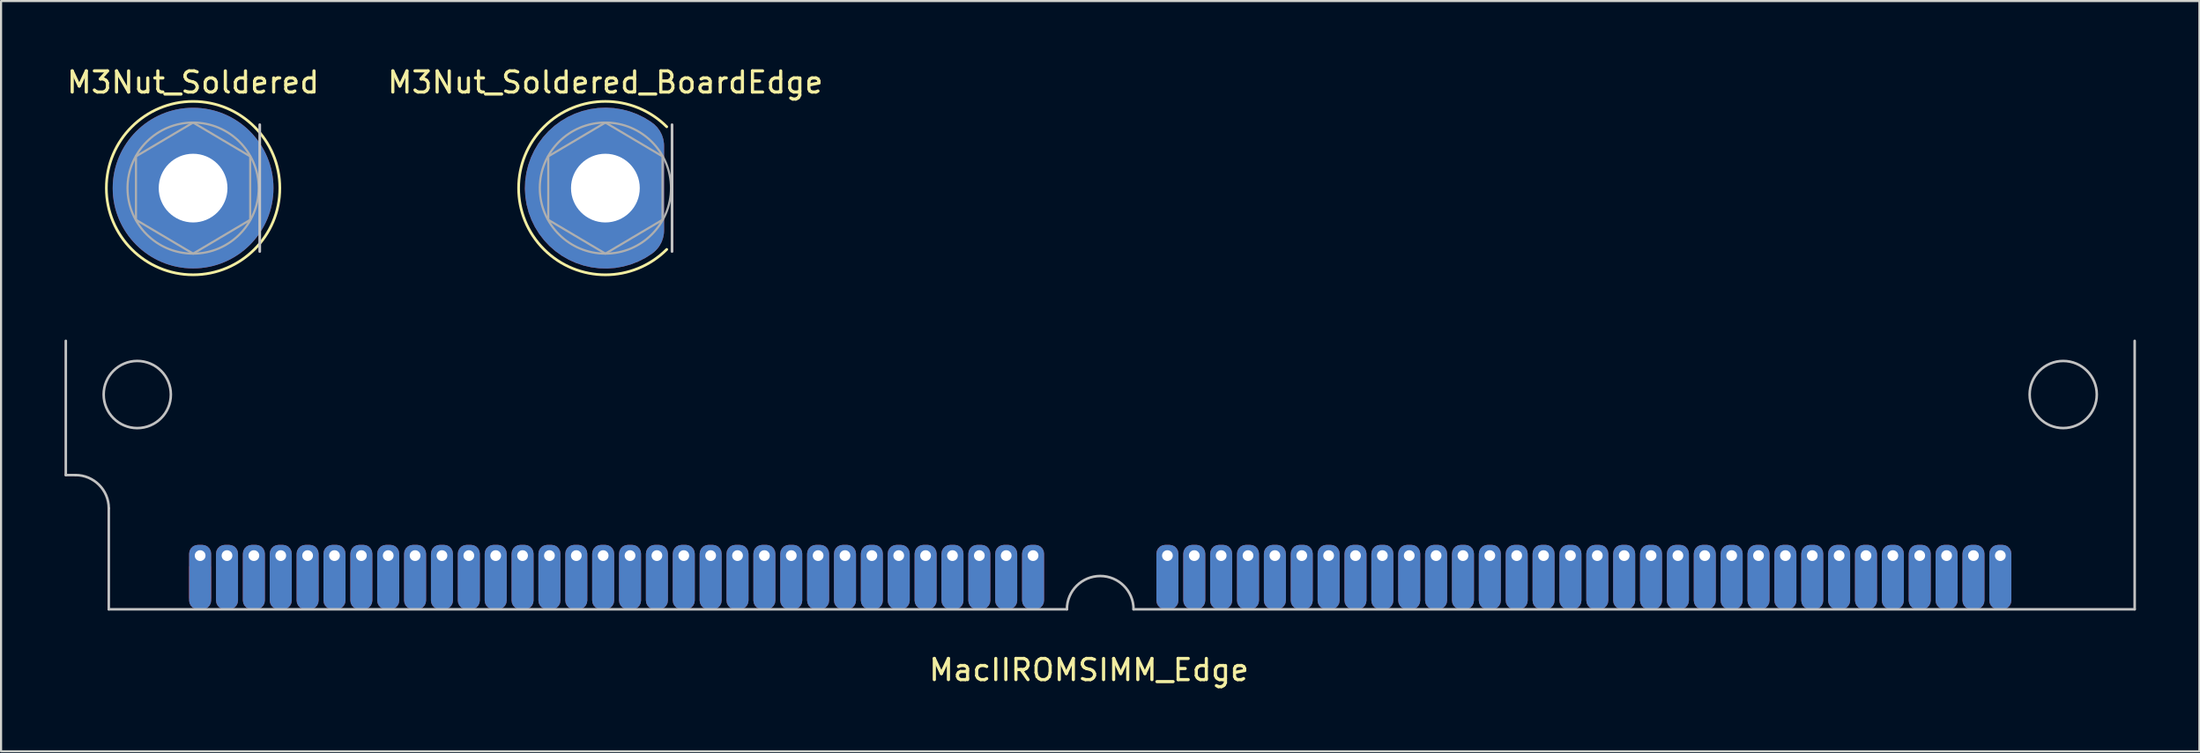
<source format=kicad_pcb>
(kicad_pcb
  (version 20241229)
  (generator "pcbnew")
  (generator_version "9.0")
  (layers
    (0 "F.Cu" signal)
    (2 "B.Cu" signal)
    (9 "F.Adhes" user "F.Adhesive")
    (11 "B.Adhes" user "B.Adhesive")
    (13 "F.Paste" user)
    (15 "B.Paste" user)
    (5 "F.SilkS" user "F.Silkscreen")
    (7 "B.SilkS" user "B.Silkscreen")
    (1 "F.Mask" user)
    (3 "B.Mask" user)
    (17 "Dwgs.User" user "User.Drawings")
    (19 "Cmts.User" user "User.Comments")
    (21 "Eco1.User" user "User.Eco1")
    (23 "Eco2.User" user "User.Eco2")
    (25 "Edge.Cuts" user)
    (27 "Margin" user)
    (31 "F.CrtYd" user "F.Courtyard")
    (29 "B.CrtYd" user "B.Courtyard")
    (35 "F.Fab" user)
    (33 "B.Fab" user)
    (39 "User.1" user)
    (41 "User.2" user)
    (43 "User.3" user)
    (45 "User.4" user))
  (footprint "M3Nut_Soldered"
    (layer "F.Cu")
    (at 6.077 5.848)
    (property "Reference" "M3Nut_Soldered" (at 0 -5 0) (layer "F.SilkS") (effects (font (size 1 1) (thickness 0.15))))
    (attr through_hole)
    (fp_circle (center 0 0) (end 0.812 0) (stroke (width 1.675) (type solid)) (fill no) (layer "F.Mask"))
    (fp_circle (center 0 0) (end 3.05 0) (stroke (width 1.3) (type solid)) (fill no) (layer "F.Mask"))
    (fp_circle (center 0 0) (end 0.812 0) (stroke (width 1.675) (type solid)) (fill no) (layer "B.Mask"))
    (fp_circle (center 0 0) (end 4.1 0) (stroke (width 0.127) (type solid)) (fill no) (layer "F.SilkS"))
    (fp_line (start 3.15 -3) (end 3.15 3) (stroke (width 0.127) (type solid)) (layer "Dwgs.User"))
    (fp_line (start -2.7 -1.5) (end 0 -3.1) (stroke (width 0.1) (type solid)) (layer "F.Fab"))
    (fp_line (start -2.7 1.5) (end -2.7 -1.5) (stroke (width 0.1) (type solid)) (layer "F.Fab"))
    (fp_line (start 0 -3.1) (end 2.7 -1.5) (stroke (width 0.1) (type solid)) (layer "F.Fab"))
    (fp_line (start 0 3.1) (end -2.7 1.5) (stroke (width 0.1) (type solid)) (layer "F.Fab"))
    (fp_line (start 2.7 -1.5) (end 2.7 1.5) (stroke (width 0.1) (type solid)) (layer "F.Fab"))
    (fp_line (start 2.7 1.5) (end 0 3.1) (stroke (width 0.1) (type solid)) (layer "F.Fab"))
    (fp_circle (center 0 0) (end 3.1 0) (stroke (width 0.1) (type solid)) (fill no) (layer "F.Fab"))
    (pad "1" thru_hole circle (at 0 0) (size 7.6 7.6) (drill 3.25) (layers "*.Cu" "B.Mask")))
  (footprint "M3Nut_Soldered_BoardEdge"
    (layer "F.Cu")
    (at 25.565 5.848)
    (property "Reference" "M3Nut_Soldered_BoardEdge" (at 0 -5 0) (layer "F.SilkS") (effects (font (size 1 1) (thickness 0.15))))
    (attr through_hole)
    (fp_arc (start 1.769838 2.522019) (mid -3.081054 0.003196) (end 1.764602 -2.525685) (stroke (width 1.3) (type solid)) (layer "F.Mask"))
    (fp_circle (center 0 0) (end 0.812 0) (stroke (width 1.675) (type solid)) (fill no) (layer "F.Mask"))
    (fp_circle (center 0 0) (end 0.812 0) (stroke (width 1.675) (type solid)) (fill no) (layer "B.Mask"))
    (fp_arc (start 2.9 2.9) (mid -4.101219 0) (end 2.9 -2.9) (stroke (width 0.127) (type solid)) (layer "F.SilkS"))
    (fp_line (start 3.15 -3) (end 3.15 3) (stroke (width 0.127) (type solid)) (layer "Dwgs.User"))
    (fp_line (start -2.7 -1.5) (end 0 -3.1) (stroke (width 0.1) (type solid)) (layer "F.Fab"))
    (fp_line (start -2.7 1.5) (end -2.7 -1.5) (stroke (width 0.1) (type solid)) (layer "F.Fab"))
    (fp_line (start 0 -3.1) (end 2.7 -1.5) (stroke (width 0.1) (type solid)) (layer "F.Fab"))
    (fp_line (start 0 3.1) (end -2.7 1.5) (stroke (width 0.1) (type solid)) (layer "F.Fab"))
    (fp_line (start 2.7 -1.5) (end 2.7 1.5) (stroke (width 0.1) (type solid)) (layer "F.Fab"))
    (fp_line (start 2.7 1.5) (end 0 3.1) (stroke (width 0.1) (type solid)) (layer "F.Fab"))
    (fp_circle (center 0 0) (end 3.1 0) (stroke (width 0.1) (type solid)) (fill no) (layer "F.Fab"))
    (pad "1" thru_hole custom (at 0 0) (size 5.3 5.3) (drill 3.25) (layers "*.Cu" "B.Mask") (options (anchor circle)) (primitives (gr_arc (start 1.425 2) (mid -2.455651 0.020139) (end 1.392007 -2.023102) (width 2.7)) (gr_line (start 1.425 2) (end 1.425 -2) (width 2.7)))))
  (footprint "MacIIROMSIMM_Edge"
    (layer "F.Cu")
    (at 48.955 25.773)
    (property "Reference" "MacIIROMSIMM_Edge" (at -0.533 2.87 0) (layer "F.SilkS") (effects (font (size 1 1) (thickness 0.15))))
    (attr through_hole)
    (fp_line (start -48.895 -6.35) (end -48.895 -12.7) (stroke (width 0.12) (type solid)) (layer "Dwgs.User"))
    (fp_line (start -48.438 -6.35) (end -48.895 -6.35) (stroke (width 0.12) (type solid)) (layer "Dwgs.User"))
    (fp_line (start -46.863 0) (end -46.863 -4.775) (stroke (width 0.12) (type solid)) (layer "Dwgs.User"))
    (fp_line (start -1.575 0) (end -46.863 0) (stroke (width 0.12) (type solid)) (layer "Dwgs.User"))
    (fp_line (start 1.575 0) (end 48.895 0) (stroke (width 0.12) (type solid)) (layer "Dwgs.User"))
    (fp_line (start 48.895 -12.7) (end 48.895 0) (stroke (width 0.12) (type solid)) (layer "Dwgs.User"))
    (fp_arc (start -48.4378 -6.35) (mid -47.324248 -5.888752) (end -46.863 -4.7752) (stroke (width 0.12) (type solid)) (layer "Dwgs.User"))
    (fp_arc (start -1.5748 0) (mid 0 -1.5748) (end 1.5748 0) (stroke (width 0.12) (type solid)) (layer "Dwgs.User"))
    (fp_circle (center -45.517 -10.16) (end -43.929 -10.16) (stroke (width 0.12) (type solid)) (fill no) (layer "Dwgs.User"))
    (fp_circle (center 45.517 -10.16) (end 47.104 -10.16) (stroke (width 0.12) (type solid)) (fill no) (layer "Dwgs.User"))
    (pad "1" thru_hole roundrect (at -42.545 -2.54) (size 1.041 3.048) (drill 0.508 (offset 0 1.016)) (layers "*.Cu" "*.Mask") (roundrect_rratio 0.4))
    (pad "1" smd rect (at -42.545 -1.27) (size 1.041 1.524) (layers "F.Cu" "F.Mask" "F.Paste"))
    (pad "2" thru_hole roundrect (at -41.275 -2.54) (size 1.041 3.048) (drill 0.508 (offset 0 1.016)) (layers "*.Cu" "*.Mask") (roundrect_rratio 0.4))
    (pad "3" thru_hole roundrect (at -40.005 -2.54) (size 1.041 3.048) (drill 0.508 (offset 0 1.016)) (layers "*.Cu" "*.Mask") (roundrect_rratio 0.4))
    (pad "4" thru_hole roundrect (at -38.735 -2.54) (size 1.041 3.048) (drill 0.508 (offset 0 1.016)) (layers "*.Cu" "*.Mask") (roundrect_rratio 0.4))
    (pad "5" thru_hole roundrect (at -37.465 -2.54) (size 1.041 3.048) (drill 0.508 (offset 0 1.016)) (layers "*.Cu" "*.Mask") (roundrect_rratio 0.4))
    (pad "6" thru_hole roundrect (at -36.195 -2.54) (size 1.041 3.048) (drill 0.508 (offset 0 1.016)) (layers "*.Cu" "*.Mask") (roundrect_rratio 0.4))
    (pad "7" thru_hole roundrect (at -34.925 -2.54) (size 1.041 3.048) (drill 0.508 (offset 0 1.016)) (layers "*.Cu" "*.Mask") (roundrect_rratio 0.4))
    (pad "8" thru_hole roundrect (at -33.655 -2.54) (size 1.041 3.048) (drill 0.508 (offset 0 1.016)) (layers "*.Cu" "*.Mask") (roundrect_rratio 0.4))
    (pad "9" thru_hole roundrect (at -32.385 -2.54) (size 1.041 3.048) (drill 0.508 (offset 0 1.016)) (layers "*.Cu" "*.Mask") (roundrect_rratio 0.4))
    (pad "10" thru_hole roundrect (at -31.115 -2.54) (size 1.041 3.048) (drill 0.508 (offset 0 1.016)) (layers "*.Cu" "*.Mask") (roundrect_rratio 0.4))
    (pad "11" thru_hole roundrect (at -29.845 -2.54) (size 1.041 3.048) (drill 0.508 (offset 0 1.016)) (layers "*.Cu" "*.Mask") (roundrect_rratio 0.4))
    (pad "12" thru_hole roundrect (at -28.575 -2.54) (size 1.041 3.048) (drill 0.508 (offset 0 1.016)) (layers "*.Cu" "*.Mask") (roundrect_rratio 0.4))
    (pad "13" thru_hole roundrect (at -27.305 -2.54) (size 1.041 3.048) (drill 0.508 (offset 0 1.016)) (layers "*.Cu" "*.Mask") (roundrect_rratio 0.4))
    (pad "14" thru_hole roundrect (at -26.035 -2.54) (size 1.041 3.048) (drill 0.508 (offset 0 1.016)) (layers "*.Cu" "*.Mask") (roundrect_rratio 0.4))
    (pad "15" thru_hole roundrect (at -24.765 -2.54) (size 1.041 3.048) (drill 0.508 (offset 0 1.016)) (layers "*.Cu" "*.Mask") (roundrect_rratio 0.4))
    (pad "16" thru_hole roundrect (at -23.495 -2.54) (size 1.041 3.048) (drill 0.508 (offset 0 1.016)) (layers "*.Cu" "*.Mask") (roundrect_rratio 0.4))
    (pad "17" thru_hole roundrect (at -22.225 -2.54) (size 1.041 3.048) (drill 0.508 (offset 0 1.016)) (layers "*.Cu" "*.Mask") (roundrect_rratio 0.4))
    (pad "18" thru_hole roundrect (at -20.955 -2.54) (size 1.041 3.048) (drill 0.508 (offset 0 1.016)) (layers "*.Cu" "*.Mask") (roundrect_rratio 0.4))
    (pad "19" thru_hole roundrect (at -19.685 -2.54) (size 1.041 3.048) (drill 0.508 (offset 0 1.016)) (layers "*.Cu" "*.Mask") (roundrect_rratio 0.4))
    (pad "20" thru_hole roundrect (at -18.415 -2.54) (size 1.041 3.048) (drill 0.508 (offset 0 1.016)) (layers "*.Cu" "*.Mask") (roundrect_rratio 0.4))
    (pad "21" thru_hole roundrect (at -17.145 -2.54) (size 1.041 3.048) (drill 0.508 (offset 0 1.016)) (layers "*.Cu" "*.Mask") (roundrect_rratio 0.4))
    (pad "22" thru_hole roundrect (at -15.875 -2.54) (size 1.041 3.048) (drill 0.508 (offset 0 1.016)) (layers "*.Cu" "*.Mask") (roundrect_rratio 0.4))
    (pad "23" thru_hole roundrect (at -14.605 -2.54) (size 1.041 3.048) (drill 0.508 (offset 0 1.016)) (layers "*.Cu" "*.Mask") (roundrect_rratio 0.4))
    (pad "24" thru_hole roundrect (at -13.335 -2.54) (size 1.041 3.048) (drill 0.508 (offset 0 1.016)) (layers "*.Cu" "*.Mask") (roundrect_rratio 0.4))
    (pad "25" thru_hole roundrect (at -12.065 -2.54) (size 1.041 3.048) (drill 0.508 (offset 0 1.016)) (layers "*.Cu" "*.Mask") (roundrect_rratio 0.4))
    (pad "26" thru_hole roundrect (at -10.795 -2.54) (size 1.041 3.048) (drill 0.508 (offset 0 1.016)) (layers "*.Cu" "*.Mask") (roundrect_rratio 0.4))
    (pad "27" thru_hole roundrect (at -9.525 -2.54) (size 1.041 3.048) (drill 0.508 (offset 0 1.016)) (layers "*.Cu" "*.Mask") (roundrect_rratio 0.4))
    (pad "28" thru_hole roundrect (at -8.255 -2.54) (size 1.041 3.048) (drill 0.508 (offset 0 1.016)) (layers "*.Cu" "*.Mask") (roundrect_rratio 0.4))
    (pad "29" thru_hole roundrect (at -6.985 -2.54) (size 1.041 3.048) (drill 0.508 (offset 0 1.016)) (layers "*.Cu" "*.Mask") (roundrect_rratio 0.4))
    (pad "30" thru_hole roundrect (at -5.715 -2.54) (size 1.041 3.048) (drill 0.508 (offset 0 1.016)) (layers "*.Cu" "*.Mask") (roundrect_rratio 0.4))
    (pad "31" thru_hole roundrect (at -4.445 -2.54) (size 1.041 3.048) (drill 0.508 (offset 0 1.016)) (layers "*.Cu" "*.Mask") (roundrect_rratio 0.4))
    (pad "32" thru_hole roundrect (at -3.175 -2.54) (size 1.041 3.048) (drill 0.508 (offset 0 1.016)) (layers "*.Cu" "*.Mask") (roundrect_rratio 0.4))
    (pad "33" thru_hole roundrect (at 3.175 -2.54) (size 1.041 3.048) (drill 0.508 (offset 0 1.016)) (layers "*.Cu" "*.Mask") (roundrect_rratio 0.4))
    (pad "34" thru_hole roundrect (at 4.445 -2.54) (size 1.041 3.048) (drill 0.508 (offset 0 1.016)) (layers "*.Cu" "*.Mask") (roundrect_rratio 0.4))
    (pad "35" thru_hole roundrect (at 5.715 -2.54) (size 1.041 3.048) (drill 0.508 (offset 0 1.016)) (layers "*.Cu" "*.Mask") (roundrect_rratio 0.4))
    (pad "36" thru_hole roundrect (at 6.985 -2.54) (size 1.041 3.048) (drill 0.508 (offset 0 1.016)) (layers "*.Cu" "*.Mask") (roundrect_rratio 0.4))
    (pad "37" thru_hole roundrect (at 8.255 -2.54) (size 1.041 3.048) (drill 0.508 (offset 0 1.016)) (layers "*.Cu" "*.Mask") (roundrect_rratio 0.4))
    (pad "38" thru_hole roundrect (at 9.525 -2.54) (size 1.041 3.048) (drill 0.508 (offset 0 1.016)) (layers "*.Cu" "*.Mask") (roundrect_rratio 0.4))
    (pad "39" thru_hole roundrect (at 10.795 -2.54) (size 1.041 3.048) (drill 0.508 (offset 0 1.016)) (layers "*.Cu" "*.Mask") (roundrect_rratio 0.4))
    (pad "40" thru_hole roundrect (at 12.065 -2.54) (size 1.041 3.048) (drill 0.508 (offset 0 1.016)) (layers "*.Cu" "*.Mask") (roundrect_rratio 0.4))
    (pad "41" thru_hole roundrect (at 13.335 -2.54) (size 1.041 3.048) (drill 0.508 (offset 0 1.016)) (layers "*.Cu" "*.Mask") (roundrect_rratio 0.4))
    (pad "42" thru_hole roundrect (at 14.605 -2.54) (size 1.041 3.048) (drill 0.508 (offset 0 1.016)) (layers "*.Cu" "*.Mask") (roundrect_rratio 0.4))
    (pad "43" thru_hole roundrect (at 15.875 -2.54) (size 1.041 3.048) (drill 0.508 (offset 0 1.016)) (layers "*.Cu" "*.Mask") (roundrect_rratio 0.4))
    (pad "44" thru_hole roundrect (at 17.145 -2.54) (size 1.041 3.048) (drill 0.508 (offset 0 1.016)) (layers "*.Cu" "*.Mask") (roundrect_rratio 0.4))
    (pad "45" thru_hole roundrect (at 18.415 -2.54) (size 1.041 3.048) (drill 0.508 (offset 0 1.016)) (layers "*.Cu" "*.Mask") (roundrect_rratio 0.4))
    (pad "46" thru_hole roundrect (at 19.685 -2.54) (size 1.041 3.048) (drill 0.508 (offset 0 1.016)) (layers "*.Cu" "*.Mask") (roundrect_rratio 0.4))
    (pad "47" thru_hole roundrect (at 20.955 -2.54) (size 1.041 3.048) (drill 0.508 (offset 0 1.016)) (layers "*.Cu" "*.Mask") (roundrect_rratio 0.4))
    (pad "48" thru_hole roundrect (at 22.225 -2.54) (size 1.041 3.048) (drill 0.508 (offset 0 1.016)) (layers "*.Cu" "*.Mask") (roundrect_rratio 0.4))
    (pad "49" thru_hole roundrect (at 23.495 -2.54) (size 1.041 3.048) (drill 0.508 (offset 0 1.016)) (layers "*.Cu" "*.Mask") (roundrect_rratio 0.4))
    (pad "50" thru_hole roundrect (at 24.765 -2.54) (size 1.041 3.048) (drill 0.508 (offset 0 1.016)) (layers "*.Cu" "*.Mask") (roundrect_rratio 0.4))
    (pad "51" thru_hole roundrect (at 26.035 -2.54) (size 1.041 3.048) (drill 0.508 (offset 0 1.016)) (layers "*.Cu" "*.Mask") (roundrect_rratio 0.4))
    (pad "52" thru_hole roundrect (at 27.305 -2.54) (size 1.041 3.048) (drill 0.508 (offset 0 1.016)) (layers "*.Cu" "*.Mask") (roundrect_rratio 0.4))
    (pad "53" thru_hole roundrect (at 28.575 -2.54) (size 1.041 3.048) (drill 0.508 (offset 0 1.016)) (layers "*.Cu" "*.Mask") (roundrect_rratio 0.4))
    (pad "54" thru_hole roundrect (at 29.845 -2.54) (size 1.041 3.048) (drill 0.508 (offset 0 1.016)) (layers "*.Cu" "*.Mask") (roundrect_rratio 0.4))
    (pad "55" thru_hole roundrect (at 31.115 -2.54) (size 1.041 3.048) (drill 0.508 (offset 0 1.016)) (layers "*.Cu" "*.Mask") (roundrect_rratio 0.4))
    (pad "56" thru_hole roundrect (at 32.385 -2.54) (size 1.041 3.048) (drill 0.508 (offset 0 1.016)) (layers "*.Cu" "*.Mask") (roundrect_rratio 0.4))
    (pad "57" thru_hole roundrect (at 33.655 -2.54) (size 1.041 3.048) (drill 0.508 (offset 0 1.016)) (layers "*.Cu" "*.Mask") (roundrect_rratio 0.4))
    (pad "58" thru_hole roundrect (at 34.925 -2.54) (size 1.041 3.048) (drill 0.508 (offset 0 1.016)) (layers "*.Cu" "*.Mask") (roundrect_rratio 0.4))
    (pad "59" thru_hole roundrect (at 36.195 -2.54) (size 1.041 3.048) (drill 0.508 (offset 0 1.016)) (layers "*.Cu" "*.Mask") (roundrect_rratio 0.4))
    (pad "60" thru_hole roundrect (at 37.465 -2.54) (size 1.041 3.048) (drill 0.508 (offset 0 1.016)) (layers "*.Cu" "*.Mask") (roundrect_rratio 0.4))
    (pad "61" thru_hole roundrect (at 38.735 -2.54) (size 1.041 3.048) (drill 0.508 (offset 0 1.016)) (layers "*.Cu" "*.Mask") (roundrect_rratio 0.4))
    (pad "62" thru_hole roundrect (at 40.005 -2.54) (size 1.041 3.048) (drill 0.508 (offset 0 1.016)) (layers "*.Cu" "*.Mask") (roundrect_rratio 0.4))
    (pad "63" thru_hole roundrect (at 41.275 -2.54) (size 1.041 3.048) (drill 0.508 (offset 0 1.016)) (layers "*.Cu" "*.Mask") (roundrect_rratio 0.4))
    (pad "64" thru_hole roundrect (at 42.545 -2.54) (size 1.041 3.048) (drill 0.508 (offset 0 1.016)) (layers "*.Cu" "*.Mask") (roundrect_rratio 0.4)))
  (gr_rect
    (start -3 -3)
    (end 100.91 32.491)
    (stroke (width 0.1) (type default))
    (fill no)
    (layer "Edge.Cuts")))
</source>
